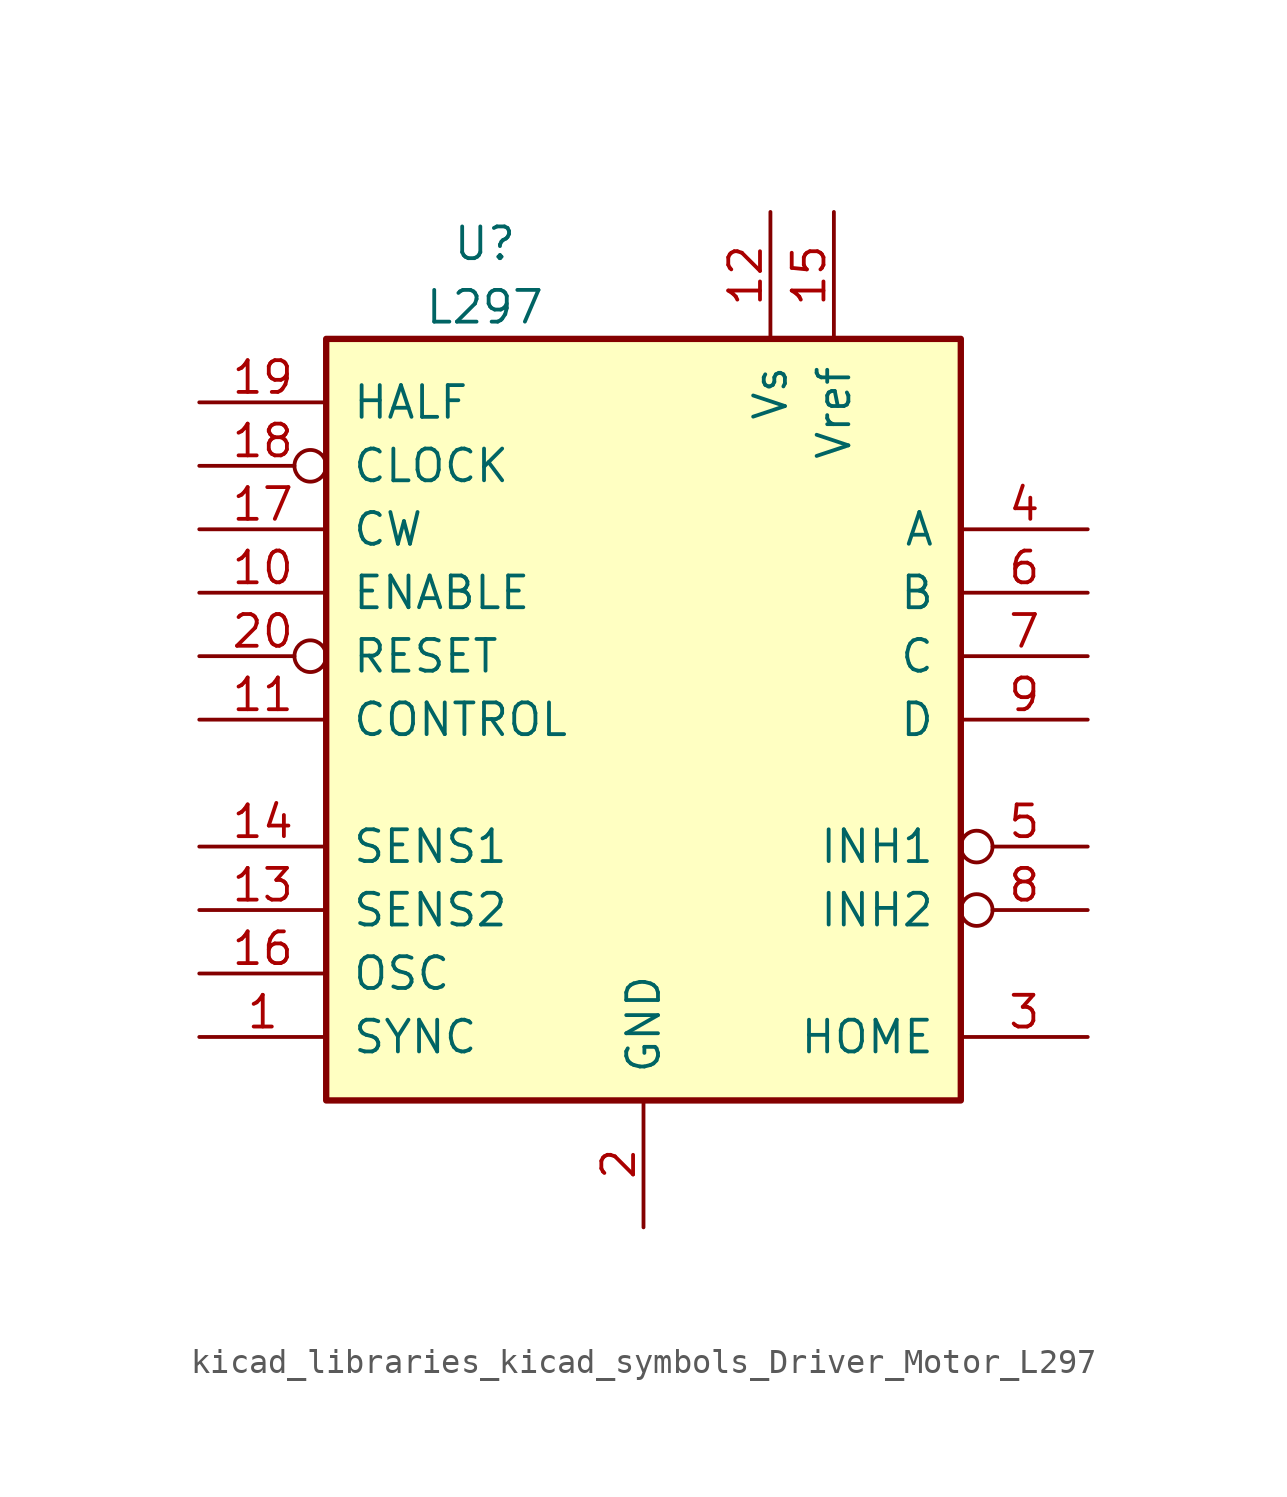
<source format=kicad_sym>
(kicad_symbol_lib
  (version 20220914)
  (generator kicad_symbol_editor)
  (symbol "kicad_libraries_kicad_symbols_Driver_Motor_L297"
    (pin_names
      (offset 1.016))
    (property "Reference" "U"
      (at -6.35 19.05 0)
      (effects (font (size 1.27 1.27))))
    (property "Value" "L297"
      (at -6.35 16.51 0)
      (effects (font (size 1.27 1.27))))
    (symbol "kicad_libraries_kicad_symbols_Driver_Motor_L297_0_1"
      (rectangle (start -12.7 15.24) (end 12.7 -15.24) (stroke (width 0.254) (type default)) (fill (type background))))
    (symbol "kicad_libraries_kicad_symbols_Driver_Motor_L297_1_0"
      (pin input line (at -17.78 0 0) (length 5.08) (name "CONTROL" (effects (font (size 1.27 1.27)))) (number "11" (effects (font (size 1.27 1.27)))))
      (pin power_in line (at 5.08 20.32 270) (length 5.08) (name "Vs" (effects (font (size 1.27 1.27)))) (number "12" (effects (font (size 1.27 1.27)))))
      (pin input line (at -17.78 -7.62 0) (length 5.08) (name "SENS2" (effects (font (size 1.27 1.27)))) (number "13" (effects (font (size 1.27 1.27)))))
      (pin input line (at -17.78 -5.08 0) (length 5.08) (name "SENS1" (effects (font (size 1.27 1.27)))) (number "14" (effects (font (size 1.27 1.27)))))
      (pin input line (at 7.62 20.32 270) (length 5.08) (name "Vref" (effects (font (size 1.27 1.27)))) (number "15" (effects (font (size 1.27 1.27)))))
      (pin input line (at -17.78 -10.16 0) (length 5.08) (name "OSC" (effects (font (size 1.27 1.27)))) (number "16" (effects (font (size 1.27 1.27)))))
      (pin input line (at -17.78 7.62 0) (length 5.08) (name "CW" (effects (font (size 1.27 1.27)))) (number "17" (effects (font (size 1.27 1.27)))))
      (pin input inverted (at -17.78 10.16 0) (length 5.08) (name "CLOCK" (effects (font (size 1.27 1.27)))) (number "18" (effects (font (size 1.27 1.27)))))
      (pin input line (at -17.78 12.7 0) (length 5.08) (name "HALF" (effects (font (size 1.27 1.27)))) (number "19" (effects (font (size 1.27 1.27)))))
      (pin input inverted (at -17.78 2.54 0) (length 5.08) (name "RESET" (effects (font (size 1.27 1.27)))) (number "20" (effects (font (size 1.27 1.27))))))
    (symbol "kicad_libraries_kicad_symbols_Driver_Motor_L297_1_1"
      (pin bidirectional line (at -17.78 -12.7 0) (length 5.08) (name "SYNC" (effects (font (size 1.27 1.27)))) (number "1" (effects (font (size 1.27 1.27)))))
      (pin input line (at -17.78 5.08 0) (length 5.08) (name "ENABLE" (effects (font (size 1.27 1.27)))) (number "10" (effects (font (size 1.27 1.27)))))
      (pin power_in line (at 0 -20.32 90) (length 5.08) (name "GND" (effects (font (size 1.27 1.27)))) (number "2" (effects (font (size 1.27 1.27)))))
      (pin open_collector line (at 17.78 -12.7 180) (length 5.08) (name "HOME" (effects (font (size 1.27 1.27)))) (number "3" (effects (font (size 1.27 1.27)))))
      (pin output line (at 17.78 7.62 180) (length 5.08) (name "A" (effects (font (size 1.27 1.27)))) (number "4" (effects (font (size 1.27 1.27)))))
      (pin output inverted (at 17.78 -5.08 180) (length 5.08) (name "INH1" (effects (font (size 1.27 1.27)))) (number "5" (effects (font (size 1.27 1.27)))))
      (pin output line (at 17.78 5.08 180) (length 5.08) (name "B" (effects (font (size 1.27 1.27)))) (number "6" (effects (font (size 1.27 1.27)))))
      (pin output line (at 17.78 2.54 180) (length 5.08) (name "C" (effects (font (size 1.27 1.27)))) (number "7" (effects (font (size 1.27 1.27)))))
      (pin output inverted (at 17.78 -7.62 180) (length 5.08) (name "INH2" (effects (font (size 1.27 1.27)))) (number "8" (effects (font (size 1.27 1.27)))))
      (pin output line (at 17.78 0 180) (length 5.08) (name "D" (effects (font (size 1.27 1.27)))) (number "9" (effects (font (size 1.27 1.27))))))))
</source>
